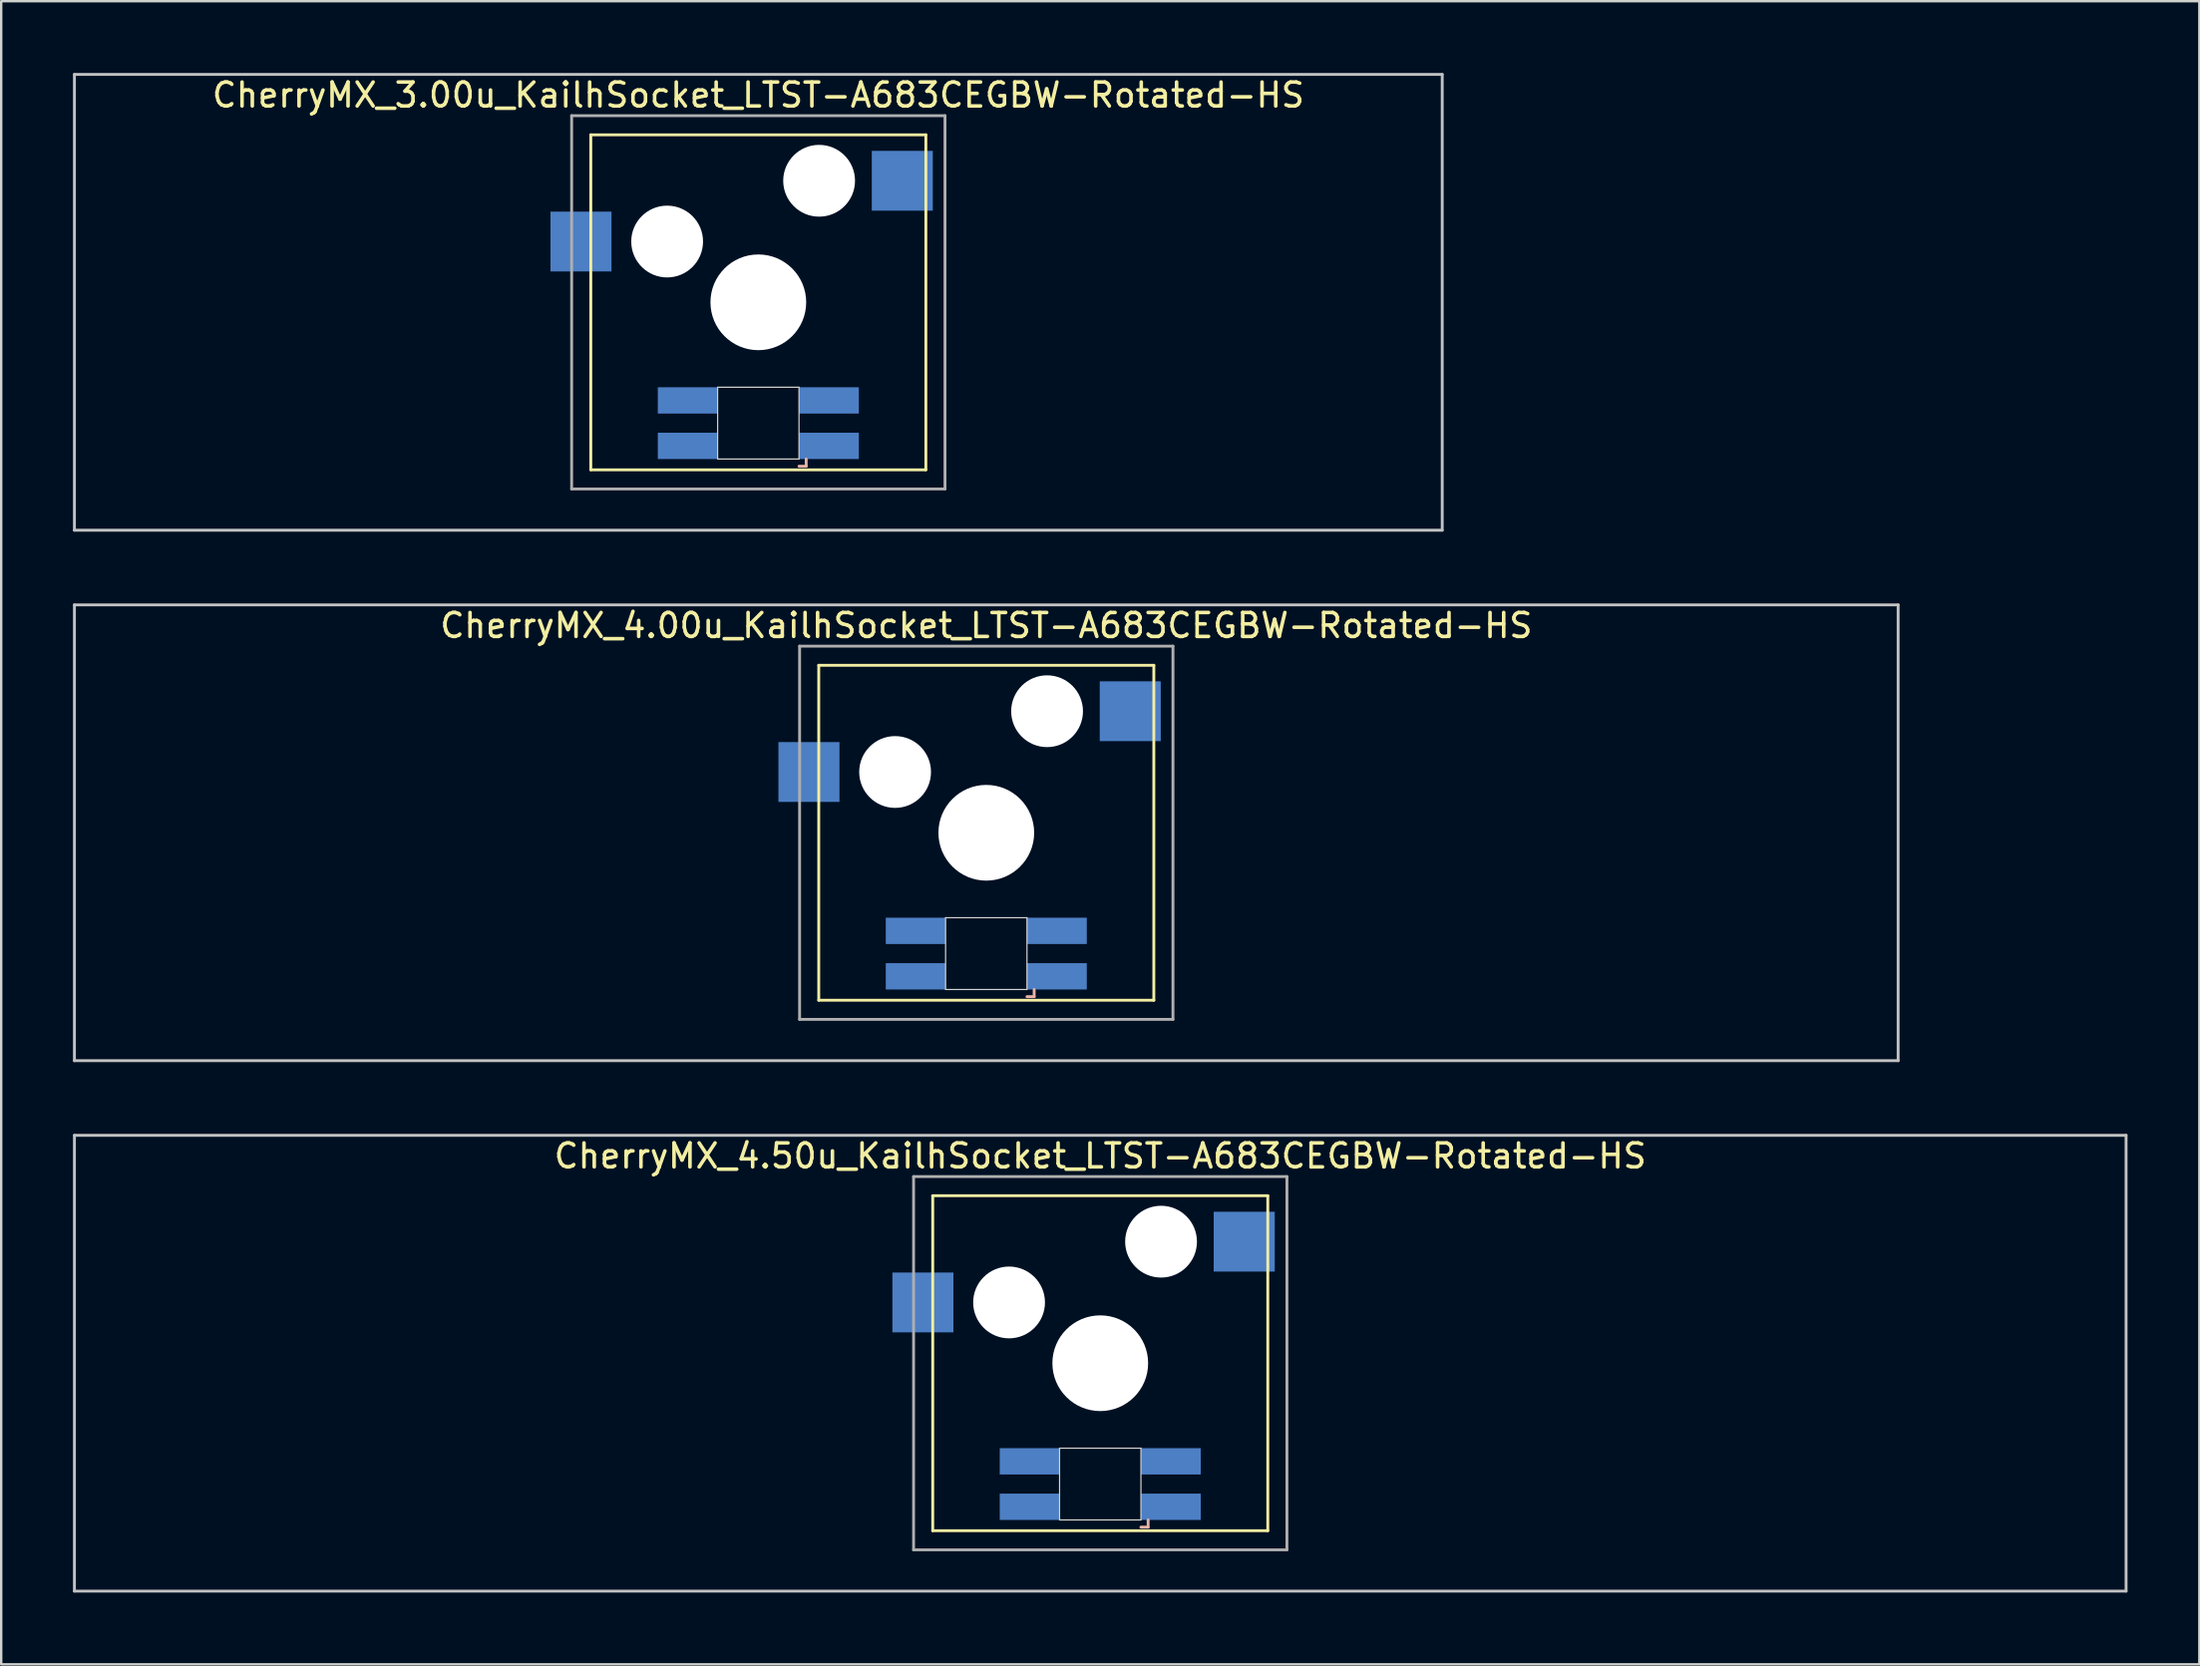
<source format=kicad_pcb>
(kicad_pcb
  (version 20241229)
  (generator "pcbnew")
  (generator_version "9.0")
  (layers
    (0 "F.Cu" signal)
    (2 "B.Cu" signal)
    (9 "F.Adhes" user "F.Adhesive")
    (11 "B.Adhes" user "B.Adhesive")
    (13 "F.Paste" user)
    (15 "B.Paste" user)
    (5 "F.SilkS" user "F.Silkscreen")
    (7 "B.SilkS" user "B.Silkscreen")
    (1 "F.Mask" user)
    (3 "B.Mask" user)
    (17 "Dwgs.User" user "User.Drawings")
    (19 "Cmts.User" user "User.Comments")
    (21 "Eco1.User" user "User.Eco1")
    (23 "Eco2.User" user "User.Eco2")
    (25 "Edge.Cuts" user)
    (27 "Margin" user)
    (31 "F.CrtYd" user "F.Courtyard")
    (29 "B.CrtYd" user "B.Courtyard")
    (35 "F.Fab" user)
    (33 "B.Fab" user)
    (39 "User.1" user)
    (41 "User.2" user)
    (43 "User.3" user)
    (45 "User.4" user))
  (footprint "CherryMX_4.50u_KailhSocket_LTST-A683CEGBW-Rotated-HS"
    (layer "F.Cu")
    (at 42.922 53.925)
    (property "Reference" "CherryMX_4.50u_KailhSocket_LTST-A683CEGBW-Rotated-HS" (at 0 -8.662 0) (layer "F.SilkS") (effects (font (size 1 1) (thickness 0.15))))
    (attr through_hole)
    (fp_line (start -7 -7) (end -7 7) (stroke (width 0.12) (type solid)) (layer "F.SilkS"))
    (fp_line (start -7 -7) (end 7 -7) (stroke (width 0.12) (type solid)) (layer "F.SilkS"))
    (fp_line (start 7 -7) (end 7 7) (stroke (width 0.12) (type solid)) (layer "F.SilkS"))
    (fp_line (start 7 7) (end -7 7) (stroke (width 0.12) (type solid)) (layer "F.SilkS"))
    (fp_line (start 1.7 6.85) (end 2 6.85) (stroke (width 0.12) (type solid)) (layer "B.SilkS"))
    (fp_line (start 2 6.85) (end 2 6.55) (stroke (width 0.12) (type solid)) (layer "B.SilkS"))
    (fp_line (start -42.862 -9.525) (end 42.862 -9.525) (stroke (width 0.12) (type solid)) (layer "Dwgs.User"))
    (fp_line (start -42.862 9.525) (end -42.862 -9.525) (stroke (width 0.12) (type solid)) (layer "Dwgs.User"))
    (fp_line (start 42.862 -9.525) (end 42.862 9.525) (stroke (width 0.12) (type solid)) (layer "Dwgs.User"))
    (fp_line (start 42.862 9.525) (end -42.862 9.525) (stroke (width 0.12) (type solid)) (layer "Dwgs.User"))
    (fp_line (start -1.7 3.55) (end 1.7 3.55) (stroke (width 0.05) (type solid)) (layer "Edge.Cuts"))
    (fp_line (start -1.7 6.55) (end -1.7 3.55) (stroke (width 0.05) (type solid)) (layer "Edge.Cuts"))
    (fp_line (start 1.7 3.55) (end 1.7 6.55) (stroke (width 0.05) (type solid)) (layer "Edge.Cuts"))
    (fp_line (start 1.7 6.55) (end -1.7 6.55) (stroke (width 0.05) (type solid)) (layer "Edge.Cuts"))
    (fp_line (start -7.8 -7.8) (end -7.8 7.8) (stroke (width 0.12) (type solid)) (layer "F.Fab"))
    (fp_line (start -7.8 -7.8) (end 7.8 -7.8) (stroke (width 0.12) (type solid)) (layer "F.Fab"))
    (fp_line (start -7.8 7.8) (end 7.8 7.8) (stroke (width 0.12) (type solid)) (layer "F.Fab"))
    (fp_line (start 7.8 -7.8) (end 7.8 7.8) (stroke (width 0.12) (type solid)) (layer "F.Fab"))
    (pad "" np_thru_hole circle (at -3.81 -2.54) (size 3 3) (drill 3) (layers "*.Cu" "*.Mask"))
    (pad "" np_thru_hole circle (at 0 0) (size 4 4) (drill 4) (layers "*.Cu" "*.Mask"))
    (pad "" np_thru_hole circle (at 2.54 -5.08) (size 3 3) (drill 3) (layers "*.Cu" "*.Mask"))
    (pad "1" smd rect (at -7.41 -2.54) (size 2.55 2.5) (layers "B.Cu" "B.Mask" "B.Paste"))
    (pad "2" smd rect (at 6.015 -5.08) (size 2.55 2.5) (layers "B.Cu" "B.Mask" "B.Paste"))
    (pad "3" smd rect (at 2.95 6) (size 2.5 1.1) (layers "B.Cu" "B.Mask" "B.Paste"))
    (pad "4" smd rect (at 2.95 4.1) (size 2.5 1.1) (layers "B.Cu" "B.Mask" "B.Paste"))
    (pad "5" smd rect (at -2.95 6) (size 2.5 1.1) (layers "B.Cu" "B.Mask" "B.Paste"))
    (pad "6" smd rect (at -2.95 4.1) (size 2.5 1.1) (layers "B.Cu" "B.Mask" "B.Paste")))
  (footprint "CherryMX_4.00u_KailhSocket_LTST-A683CEGBW-Rotated-HS"
    (layer "F.Cu")
    (at 38.16 31.755)
    (property "Reference" "CherryMX_4.00u_KailhSocket_LTST-A683CEGBW-Rotated-HS" (at 0 -8.662 0) (layer "F.SilkS") (effects (font (size 1 1) (thickness 0.15))))
    (attr through_hole)
    (fp_line (start -7 -7) (end -7 7) (stroke (width 0.12) (type solid)) (layer "F.SilkS"))
    (fp_line (start -7 -7) (end 7 -7) (stroke (width 0.12) (type solid)) (layer "F.SilkS"))
    (fp_line (start 7 -7) (end 7 7) (stroke (width 0.12) (type solid)) (layer "F.SilkS"))
    (fp_line (start 7 7) (end -7 7) (stroke (width 0.12) (type solid)) (layer "F.SilkS"))
    (fp_line (start 1.7 6.85) (end 2 6.85) (stroke (width 0.12) (type solid)) (layer "B.SilkS"))
    (fp_line (start 2 6.85) (end 2 6.55) (stroke (width 0.12) (type solid)) (layer "B.SilkS"))
    (fp_line (start -38.1 -9.525) (end 38.1 -9.525) (stroke (width 0.12) (type solid)) (layer "Dwgs.User"))
    (fp_line (start -38.1 9.525) (end -38.1 -9.525) (stroke (width 0.12) (type solid)) (layer "Dwgs.User"))
    (fp_line (start 38.1 -9.525) (end 38.1 9.525) (stroke (width 0.12) (type solid)) (layer "Dwgs.User"))
    (fp_line (start 38.1 9.525) (end -38.1 9.525) (stroke (width 0.12) (type solid)) (layer "Dwgs.User"))
    (fp_line (start -1.7 3.55) (end 1.7 3.55) (stroke (width 0.05) (type solid)) (layer "Edge.Cuts"))
    (fp_line (start -1.7 6.55) (end -1.7 3.55) (stroke (width 0.05) (type solid)) (layer "Edge.Cuts"))
    (fp_line (start 1.7 3.55) (end 1.7 6.55) (stroke (width 0.05) (type solid)) (layer "Edge.Cuts"))
    (fp_line (start 1.7 6.55) (end -1.7 6.55) (stroke (width 0.05) (type solid)) (layer "Edge.Cuts"))
    (fp_line (start -7.8 -7.8) (end -7.8 7.8) (stroke (width 0.12) (type solid)) (layer "F.Fab"))
    (fp_line (start -7.8 -7.8) (end 7.8 -7.8) (stroke (width 0.12) (type solid)) (layer "F.Fab"))
    (fp_line (start -7.8 7.8) (end 7.8 7.8) (stroke (width 0.12) (type solid)) (layer "F.Fab"))
    (fp_line (start 7.8 -7.8) (end 7.8 7.8) (stroke (width 0.12) (type solid)) (layer "F.Fab"))
    (pad "" np_thru_hole circle (at -3.81 -2.54) (size 3 3) (drill 3) (layers "*.Cu" "*.Mask"))
    (pad "" np_thru_hole circle (at 0 0) (size 4 4) (drill 4) (layers "*.Cu" "*.Mask"))
    (pad "" np_thru_hole circle (at 2.54 -5.08) (size 3 3) (drill 3) (layers "*.Cu" "*.Mask"))
    (pad "1" smd rect (at -7.41 -2.54) (size 2.55 2.5) (layers "B.Cu" "B.Mask" "B.Paste"))
    (pad "2" smd rect (at 6.015 -5.08) (size 2.55 2.5) (layers "B.Cu" "B.Mask" "B.Paste"))
    (pad "3" smd rect (at 2.95 6) (size 2.5 1.1) (layers "B.Cu" "B.Mask" "B.Paste"))
    (pad "4" smd rect (at 2.95 4.1) (size 2.5 1.1) (layers "B.Cu" "B.Mask" "B.Paste"))
    (pad "5" smd rect (at -2.95 6) (size 2.5 1.1) (layers "B.Cu" "B.Mask" "B.Paste"))
    (pad "6" smd rect (at -2.95 4.1) (size 2.5 1.1) (layers "B.Cu" "B.Mask" "B.Paste")))
  (footprint "CherryMX_3.00u_KailhSocket_LTST-A683CEGBW-Rotated-HS"
    (layer "F.Cu")
    (at 28.635 9.585)
    (property "Reference" "CherryMX_3.00u_KailhSocket_LTST-A683CEGBW-Rotated-HS" (at 0 -8.662 0) (layer "F.SilkS") (effects (font (size 1 1) (thickness 0.15))))
    (attr through_hole)
    (fp_line (start -7 -7) (end -7 7) (stroke (width 0.12) (type solid)) (layer "F.SilkS"))
    (fp_line (start -7 -7) (end 7 -7) (stroke (width 0.12) (type solid)) (layer "F.SilkS"))
    (fp_line (start 7 -7) (end 7 7) (stroke (width 0.12) (type solid)) (layer "F.SilkS"))
    (fp_line (start 7 7) (end -7 7) (stroke (width 0.12) (type solid)) (layer "F.SilkS"))
    (fp_line (start 1.7 6.85) (end 2 6.85) (stroke (width 0.12) (type solid)) (layer "B.SilkS"))
    (fp_line (start 2 6.85) (end 2 6.55) (stroke (width 0.12) (type solid)) (layer "B.SilkS"))
    (fp_line (start -28.575 -9.525) (end 28.575 -9.525) (stroke (width 0.12) (type solid)) (layer "Dwgs.User"))
    (fp_line (start -28.575 9.525) (end -28.575 -9.525) (stroke (width 0.12) (type solid)) (layer "Dwgs.User"))
    (fp_line (start 28.575 -9.525) (end 28.575 9.525) (stroke (width 0.12) (type solid)) (layer "Dwgs.User"))
    (fp_line (start 28.575 9.525) (end -28.575 9.525) (stroke (width 0.12) (type solid)) (layer "Dwgs.User"))
    (fp_line (start -1.7 3.55) (end 1.7 3.55) (stroke (width 0.05) (type solid)) (layer "Edge.Cuts"))
    (fp_line (start -1.7 6.55) (end -1.7 3.55) (stroke (width 0.05) (type solid)) (layer "Edge.Cuts"))
    (fp_line (start 1.7 3.55) (end 1.7 6.55) (stroke (width 0.05) (type solid)) (layer "Edge.Cuts"))
    (fp_line (start 1.7 6.55) (end -1.7 6.55) (stroke (width 0.05) (type solid)) (layer "Edge.Cuts"))
    (fp_line (start -7.8 -7.8) (end -7.8 7.8) (stroke (width 0.12) (type solid)) (layer "F.Fab"))
    (fp_line (start -7.8 -7.8) (end 7.8 -7.8) (stroke (width 0.12) (type solid)) (layer "F.Fab"))
    (fp_line (start -7.8 7.8) (end 7.8 7.8) (stroke (width 0.12) (type solid)) (layer "F.Fab"))
    (fp_line (start 7.8 -7.8) (end 7.8 7.8) (stroke (width 0.12) (type solid)) (layer "F.Fab"))
    (pad "" np_thru_hole circle (at -3.81 -2.54) (size 3 3) (drill 3) (layers "*.Cu" "*.Mask"))
    (pad "" np_thru_hole circle (at 0 0) (size 4 4) (drill 4) (layers "*.Cu" "*.Mask"))
    (pad "" np_thru_hole circle (at 2.54 -5.08) (size 3 3) (drill 3) (layers "*.Cu" "*.Mask"))
    (pad "1" smd rect (at -7.41 -2.54) (size 2.55 2.5) (layers "B.Cu" "B.Mask" "B.Paste"))
    (pad "2" smd rect (at 6.015 -5.08) (size 2.55 2.5) (layers "B.Cu" "B.Mask" "B.Paste"))
    (pad "3" smd rect (at 2.95 6) (size 2.5 1.1) (layers "B.Cu" "B.Mask" "B.Paste"))
    (pad "4" smd rect (at 2.95 4.1) (size 2.5 1.1) (layers "B.Cu" "B.Mask" "B.Paste"))
    (pad "5" smd rect (at -2.95 6) (size 2.5 1.1) (layers "B.Cu" "B.Mask" "B.Paste"))
    (pad "6" smd rect (at -2.95 4.1) (size 2.5 1.1) (layers "B.Cu" "B.Mask" "B.Paste")))
  (gr_rect
    (start -3 -3)
    (end 88.845 66.51)
    (stroke (width 0.1) (type default))
    (fill no)
    (layer "Edge.Cuts")))
</source>
